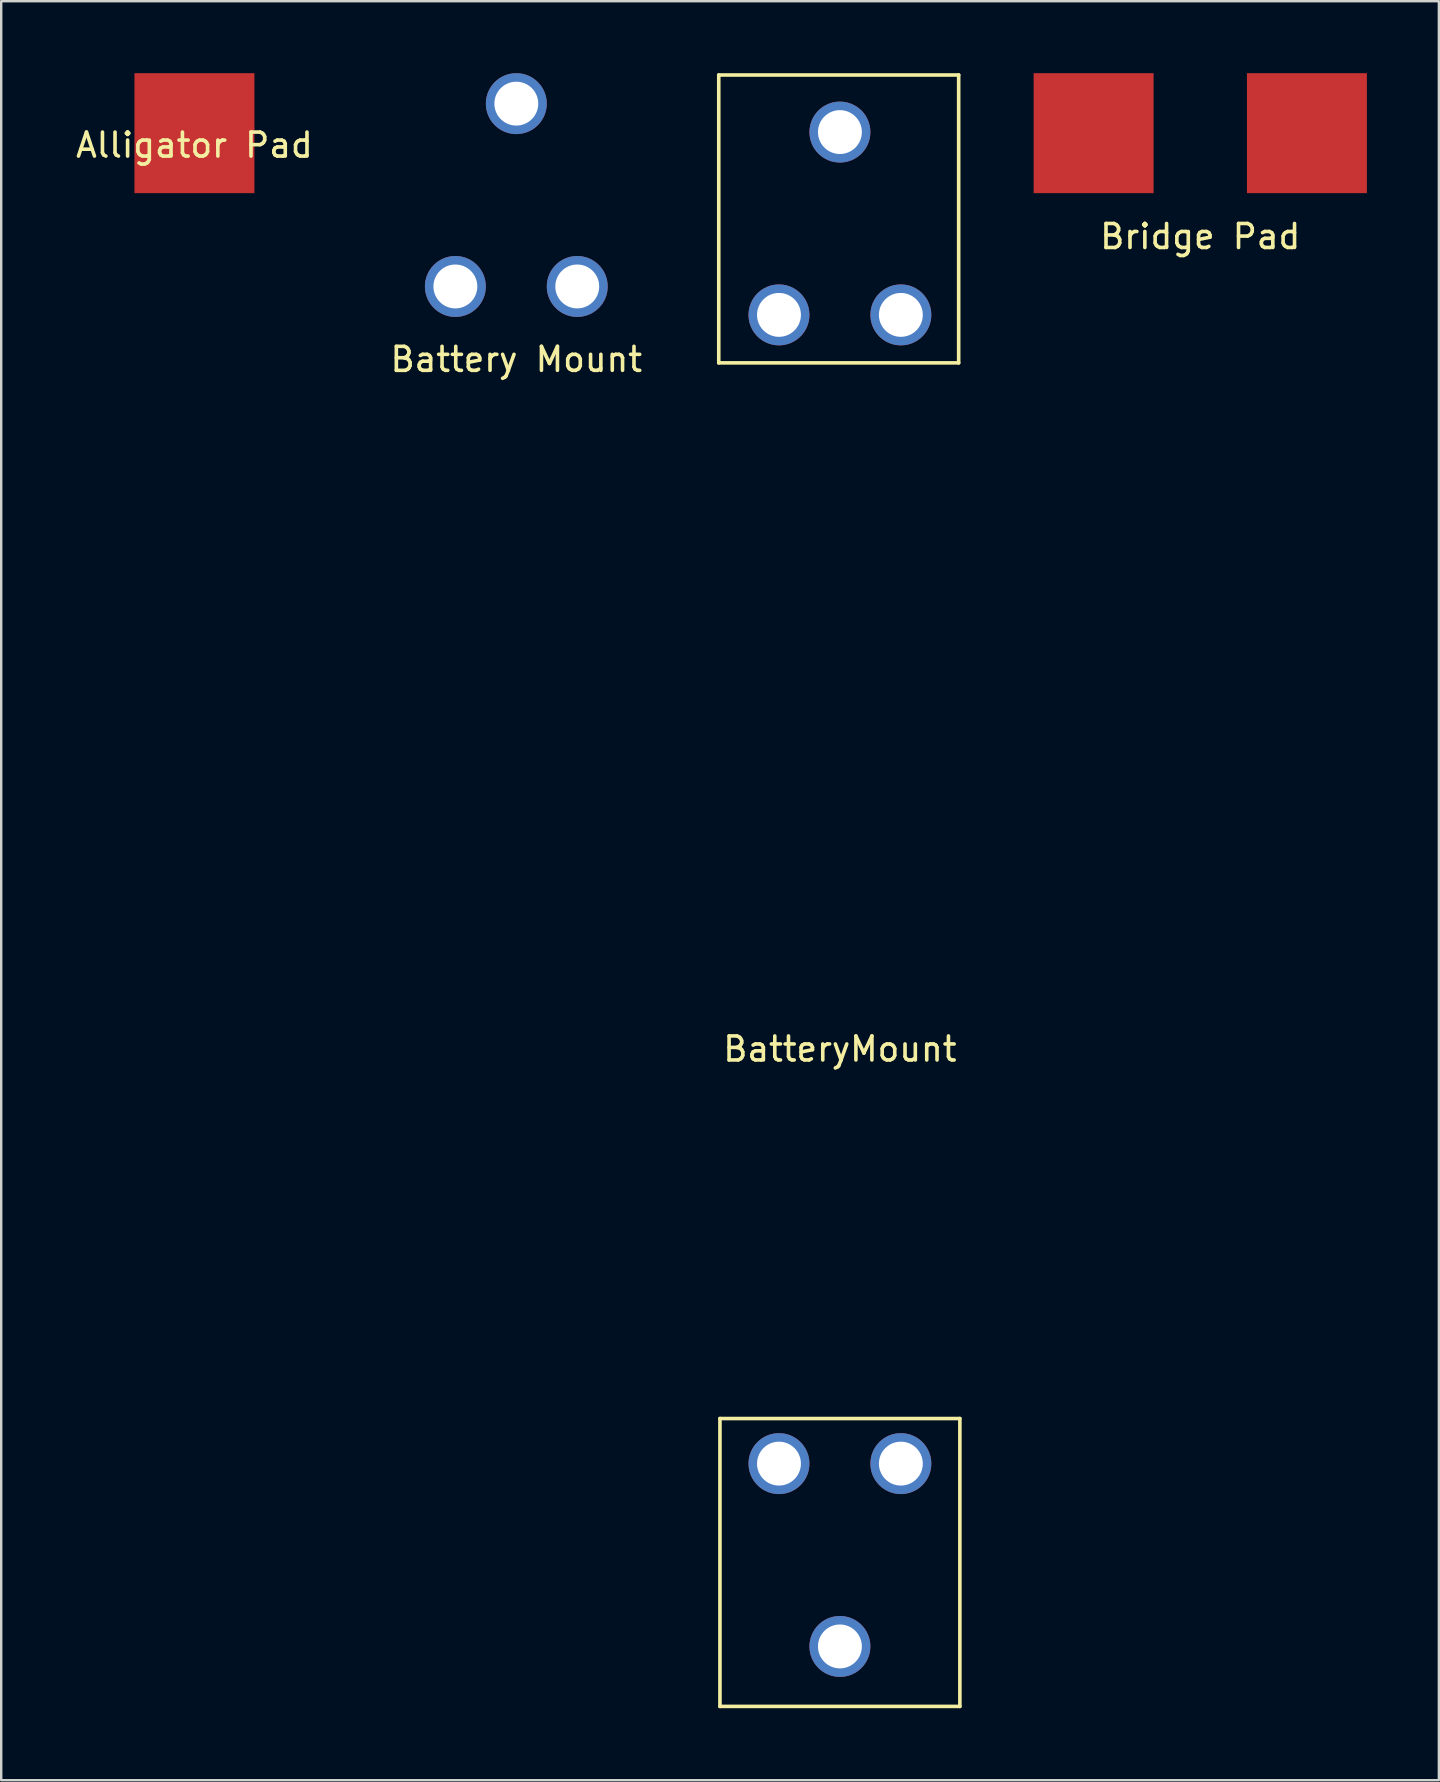
<source format=kicad_pcb>
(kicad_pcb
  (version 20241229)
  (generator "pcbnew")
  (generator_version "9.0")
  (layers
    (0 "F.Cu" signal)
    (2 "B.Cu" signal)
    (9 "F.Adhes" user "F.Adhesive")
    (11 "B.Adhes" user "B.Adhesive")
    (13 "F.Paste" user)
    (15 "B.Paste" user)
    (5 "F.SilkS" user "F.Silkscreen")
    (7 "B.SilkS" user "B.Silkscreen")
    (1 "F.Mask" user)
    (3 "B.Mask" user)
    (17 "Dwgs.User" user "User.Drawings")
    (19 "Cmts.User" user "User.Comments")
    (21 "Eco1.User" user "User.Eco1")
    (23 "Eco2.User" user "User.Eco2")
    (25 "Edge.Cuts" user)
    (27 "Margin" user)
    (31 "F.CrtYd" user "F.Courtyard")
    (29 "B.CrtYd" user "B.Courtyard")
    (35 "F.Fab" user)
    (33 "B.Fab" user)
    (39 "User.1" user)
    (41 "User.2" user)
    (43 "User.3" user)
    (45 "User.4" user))
  (footprint "Bridge Pad"
    (layer "F.Cu")
    (at 46.978 2.5)
    (property "Reference" "Bridge Pad" (at 0 4.31 0) (layer "F.SilkS") (effects (font (size 1 1) (thickness 0.15))))
    (attr through_hole)
    (pad "1" smd rect (at 4.445 0) (size 5 5) (layers "F.Cu" "F.Mask" "F.Paste"))
    (pad "2" smd rect (at -4.445 0) (size 5 5) (layers "F.Cu" "F.Mask" "F.Paste")))
  (footprint "Battery Mount"
    (layer "F.Cu")
    (at 18.47 5.08)
    (property "Reference" "Battery Mount" (at 0 6.85 0) (layer "F.SilkS") (effects (font (size 1 1) (thickness 0.15))))
    (attr through_hole)
    (pad "1" thru_hole circle (at 0 -3.81) (size 2.54 2.54) (drill 1.829) (layers "*.Cu" "*.Mask"))
    (pad "2" thru_hole circle (at 2.54 3.81) (size 2.54 2.54) (drill 1.829) (layers "*.Cu" "*.Mask"))
    (pad "3" thru_hole circle (at -2.54 3.81) (size 2.54 2.54) (drill 1.829) (layers "*.Cu" "*.Mask")))
  (footprint "Alligator Pad"
    (layer "F.Cu")
    (at 5.054 2.5)
    (property "Reference" "Alligator Pad" (at 0 0.5 0) (layer "F.SilkS") (effects (font (size 1 1) (thickness 0.15))))
    (attr through_hole)
    (pad "1" smd rect (at 0 0) (size 5 5) (layers "F.Cu" "F.Mask" "F.Paste")))
  (footprint "BatteryMount"
    (layer "F.Cu")
    (at 31.958 34.075)
    (property "Reference" "BatteryMount" (at 0 6.6 0) (layer "F.SilkS") (effects (font (size 1 1) (thickness 0.15))))
    (attr through_hole)
    (fp_line (start -5.05 -34) (end -5.05 -22) (stroke (width 0.15) (type solid)) (layer "F.SilkS"))
    (fp_line (start -5 22) (end -5 34) (stroke (width 0.15) (type solid)) (layer "F.SilkS"))
    (fp_line (start -5 22) (end 5 22) (stroke (width 0.15) (type solid)) (layer "F.SilkS"))
    (fp_line (start -5 34) (end 5 34) (stroke (width 0.15) (type solid)) (layer "F.SilkS"))
    (fp_line (start 4.95 -34) (end -5.05 -34) (stroke (width 0.15) (type solid)) (layer "F.SilkS"))
    (fp_line (start 4.95 -22) (end -5.05 -22) (stroke (width 0.15) (type solid)) (layer "F.SilkS"))
    (fp_line (start 4.95 -22) (end 4.95 -34) (stroke (width 0.15) (type solid)) (layer "F.SilkS"))
    (fp_line (start 5 34) (end 5 22) (stroke (width 0.15) (type solid)) (layer "F.SilkS"))
    (pad "1" thru_hole circle (at -2.54 -24) (size 2.54 2.54) (drill 1.829) (layers "*.Cu" "*.Mask"))
    (pad "1" thru_hole circle (at 0 -31.62) (size 2.54 2.54) (drill 1.829) (layers "*.Cu" "*.Mask"))
    (pad "1" thru_hole circle (at 2.54 -24) (size 2.54 2.54) (drill 1.829) (layers "*.Cu" "*.Mask"))
    (pad "2" thru_hole circle (at -2.54 23.88) (size 2.54 2.54) (drill 1.829) (layers "*.Cu" "*.Mask"))
    (pad "2" thru_hole circle (at 0 31.5) (size 2.54 2.54) (drill 1.829) (layers "*.Cu" "*.Mask"))
    (pad "2" thru_hole circle (at 2.54 23.88) (size 2.54 2.54) (drill 1.829) (layers "*.Cu" "*.Mask")))
  (gr_rect
    (start -3 -3)
    (end 56.923 71.15)
    (stroke (width 0.1) (type default))
    (fill no)
    (layer "Edge.Cuts")))
</source>
